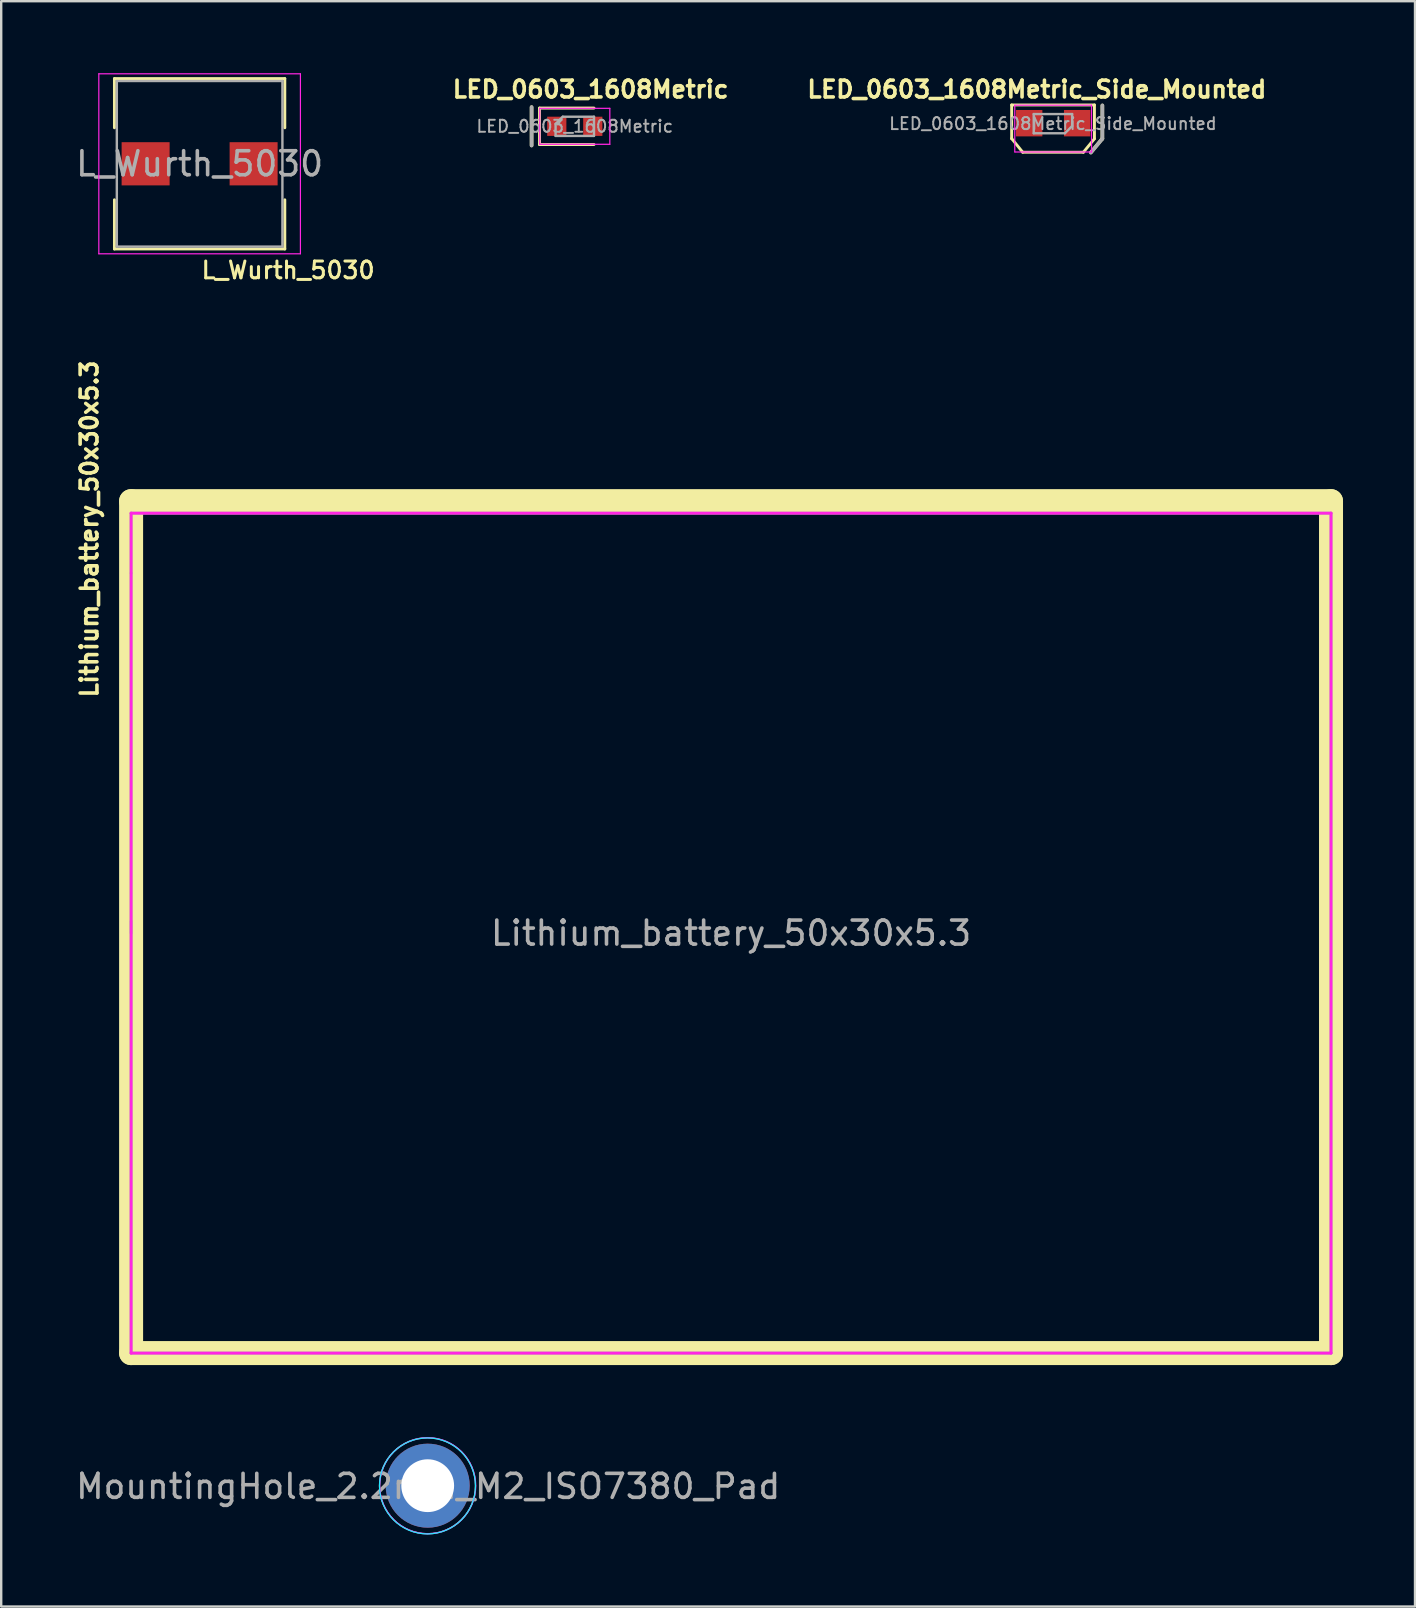
<source format=kicad_pcb>
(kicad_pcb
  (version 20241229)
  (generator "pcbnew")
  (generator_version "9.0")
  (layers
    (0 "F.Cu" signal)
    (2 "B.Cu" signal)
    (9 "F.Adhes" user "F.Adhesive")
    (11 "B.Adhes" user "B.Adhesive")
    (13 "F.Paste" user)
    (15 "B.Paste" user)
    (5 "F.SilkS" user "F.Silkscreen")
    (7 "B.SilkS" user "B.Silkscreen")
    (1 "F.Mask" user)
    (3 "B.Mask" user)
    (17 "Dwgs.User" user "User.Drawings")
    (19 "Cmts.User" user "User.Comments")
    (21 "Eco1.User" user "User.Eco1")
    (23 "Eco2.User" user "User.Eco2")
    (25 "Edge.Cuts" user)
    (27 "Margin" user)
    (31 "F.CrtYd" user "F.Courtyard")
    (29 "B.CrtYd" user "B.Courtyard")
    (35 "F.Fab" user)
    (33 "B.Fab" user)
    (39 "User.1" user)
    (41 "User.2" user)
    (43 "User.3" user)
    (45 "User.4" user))
  (footprint "Lithium_battery_50x30x5.3"
    (layer "F.Cu")
    (at 27.413 35.833)
    (property "Reference" "Lithium_battery_50x30x5.3" (at -26.74 -16.84 90) (layer "F.SilkS") (effects (font (size 0.7 0.7) (thickness 0.15))))
    (attr smd)
    (fp_line (start -25 -18) (end 25 -18) (stroke (width 1) (type solid)) (layer "F.SilkS"))
    (fp_line (start -25 17.5) (end -25 -18) (stroke (width 1) (type solid)) (layer "F.SilkS"))
    (fp_line (start -25 17.5) (end 25 17.5) (stroke (width 1) (type solid)) (layer "F.SilkS"))
    (fp_line (start 25 17.5) (end 25 -18) (stroke (width 1) (type solid)) (layer "F.SilkS"))
    (fp_line (start -25 -17.5) (end -25 17.5) (stroke (width 0.12) (type solid)) (layer "F.CrtYd"))
    (fp_line (start -25 -17.5) (end 25 -17.5) (stroke (width 0.12) (type solid)) (layer "F.CrtYd"))
    (fp_line (start 25 -17.5) (end 25 17.5) (stroke (width 0.12) (type solid)) (layer "F.CrtYd"))
    (fp_line (start 25 17.5) (end -25 17.5) (stroke (width 0.12) (type solid)) (layer "F.CrtYd"))
    (fp_line (start -25 -17.5) (end 25 -17.5) (stroke (width 0.12) (type solid)) (layer "F.Fab"))
    (fp_line (start -25 -15) (end -25 -17.5) (stroke (width 0.12) (type solid)) (layer "F.Fab"))
    (fp_line (start -25 0) (end -25 -15) (stroke (width 0.12) (type solid)) (layer "F.Fab"))
    (fp_line (start -25 17.5) (end -25 -0.5) (stroke (width 0.12) (type solid)) (layer "F.Fab"))
    (fp_line (start 25 -17.5) (end 25 17.5) (stroke (width 0.12) (type solid)) (layer "F.Fab"))
    (fp_line (start 25 17.5) (end -25 17.5) (stroke (width 0.12) (type solid)) (layer "F.Fab"))
    (fp_text user "${REFERENCE}" (at 0 0 0) (layer "F.Fab") (effects (font (size 1 1) (thickness 0.15)))))
  (footprint "LED_0603_1608Metric"
    (layer "F.Cu")
    (at 20.901 2.213)
    (property "Reference" "LED_0603_1608Metric" (at 0.66 -1.54 180) (layer "F.SilkS") (effects (font (size 0.7 0.7) (thickness 0.15))))
    (attr smd)
    (fp_line (start -1.8 -0.8) (end -1.8 0.8) (stroke (width 0.15) (type solid)) (layer "F.SilkS"))
    (fp_line (start -1.47 -0.76) (end -1.47 0.76) (stroke (width 0.12) (type solid)) (layer "F.SilkS"))
    (fp_line (start -1.47 0.76) (end 0.8 0.76) (stroke (width 0.12) (type solid)) (layer "F.SilkS"))
    (fp_line (start 0.8 -0.76) (end -1.47 -0.76) (stroke (width 0.12) (type solid)) (layer "F.SilkS"))
    (fp_line (start -1.46 -0.75) (end 1.46 -0.75) (stroke (width 0.05) (type solid)) (layer "F.CrtYd"))
    (fp_line (start -1.46 0.75) (end -1.46 -0.75) (stroke (width 0.05) (type solid)) (layer "F.CrtYd"))
    (fp_line (start 1.46 -0.75) (end 1.46 0.75) (stroke (width 0.05) (type solid)) (layer "F.CrtYd"))
    (fp_line (start 1.46 0.75) (end -1.46 0.75) (stroke (width 0.05) (type solid)) (layer "F.CrtYd"))
    (fp_line (start -1.8 -0.8) (end -1.8 0.8) (stroke (width 0.15) (type solid)) (layer "F.Fab"))
    (fp_line (start -0.8 -0.1) (end -0.8 0.4) (stroke (width 0.1) (type solid)) (layer "F.Fab"))
    (fp_line (start -0.8 0.4) (end 0.8 0.4) (stroke (width 0.1) (type solid)) (layer "F.Fab"))
    (fp_line (start -0.5 -0.4) (end -0.8 -0.1) (stroke (width 0.1) (type solid)) (layer "F.Fab"))
    (fp_line (start 0.8 -0.4) (end -0.5 -0.4) (stroke (width 0.1) (type solid)) (layer "F.Fab"))
    (fp_line (start 0.8 0.4) (end 0.8 -0.4) (stroke (width 0.1) (type solid)) (layer "F.Fab"))
    (fp_text user "${REFERENCE}" (at 0 0 180) (layer "F.Fab") (effects (font (size 0.5 0.5) (thickness 0.08))))
    (pad "1" smd rect (at -0.75 0) (size 0.8 0.8) (layers "F.Cu" "F.Mask" "F.Paste"))
    (pad "2" smd rect (at 0.75 0) (size 0.8 0.8) (layers "F.Cu" "F.Mask" "F.Paste")))
  (footprint "MountingHole_2.2mm_M2_ISO7380_Pad"
    (layer "F.Cu")
    (at 14.772 58.858)
    (property "Reference" "MountingHole_2.2mm_M2_ISO7380_Pad" (at 0.02 0.03 0) (layer "F.Fab") (effects (font (size 1 1) (thickness 0.15))))
    (attr exclude_from_pos_files exclude_from_bom)
    (fp_circle (center -0.01 0.01) (end 1.99 0.01) (stroke (width 0.05) (type solid)) (fill no) (layer "B.CrtYd"))
    (fp_circle (center 0 0) (end 2 0) (stroke (width 0.05) (type solid)) (fill no) (layer "F.CrtYd"))
    (fp_circle (center 0 0.01) (end 2 0.01) (stroke (width 0.05) (type solid)) (fill no) (layer "B.Fab"))
    (fp_circle (center -0.01 0) (end 1.99 0) (stroke (width 0.05) (type solid)) (fill no) (layer "F.Fab"))
    (pad "1" thru_hole circle (at 0 0) (size 3.5 3.5) (drill 2.2) (layers "*.Cu" "*.Mask")))
  (footprint "LED_0603_1608Metric_Side_Mounted"
    (layer "F.Cu")
    (at 40.835 2.083)
    (property "Reference" "LED_0603_1608Metric_Side_Mounted" (at -0.68 -1.41 180) (layer "F.SilkS") (effects (font (size 0.7 0.7) (thickness 0.15))))
    (attr smd)
    (fp_line (start -1.73 -0.76) (end -1.73 0.65) (stroke (width 0.12) (type solid)) (layer "F.SilkS"))
    (fp_line (start -1.73 0.64) (end -1.27 1.21) (stroke (width 0.12) (type solid)) (layer "F.SilkS"))
    (fp_line (start 1.26 1.21) (end -1.27 1.21) (stroke (width 0.12) (type solid)) (layer "F.SilkS"))
    (fp_line (start 1.72 -0.76) (end -1.73 -0.76) (stroke (width 0.12) (type solid)) (layer "F.SilkS"))
    (fp_line (start 1.72 -0.76) (end 1.72 0.65) (stroke (width 0.12) (type solid)) (layer "F.SilkS"))
    (fp_line (start 1.72 0.65) (end 1.26 1.21) (stroke (width 0.12) (type solid)) (layer "F.SilkS"))
    (fp_line (start 2.05 -0.74) (end 2.05 0.65) (stroke (width 0.15) (type solid)) (layer "F.SilkS"))
    (fp_line (start 2.05 0.64) (end 1.57 1.22) (stroke (width 0.15) (type solid)) (layer "F.SilkS"))
    (fp_line (start -1.6 -0.75) (end 1.6 -0.75) (stroke (width 0.05) (type solid)) (layer "F.CrtYd"))
    (fp_line (start -1.6 1.2) (end -1.6 -0.75) (stroke (width 0.05) (type solid)) (layer "F.CrtYd"))
    (fp_line (start 1.6 -0.75) (end 1.6 1.2) (stroke (width 0.05) (type solid)) (layer "F.CrtYd"))
    (fp_line (start 1.6 1.2) (end -1.59 1.2) (stroke (width 0.05) (type solid)) (layer "F.CrtYd"))
    (fp_line (start -0.81 -0.38) (end -0.81 0.42) (stroke (width 0.1) (type solid)) (layer "F.Fab"))
    (fp_line (start -0.81 0.42) (end 0.49 0.42) (stroke (width 0.1) (type solid)) (layer "F.Fab"))
    (fp_line (start 0.49 0.42) (end 0.79 0.12) (stroke (width 0.1) (type solid)) (layer "F.Fab"))
    (fp_line (start 0.79 -0.38) (end -0.81 -0.38) (stroke (width 0.1) (type solid)) (layer "F.Fab"))
    (fp_line (start 0.79 0.12) (end 0.79 -0.38) (stroke (width 0.1) (type solid)) (layer "F.Fab"))
    (fp_line (start 2.05 -0.74) (end 2.05 0.65) (stroke (width 0.15) (type solid)) (layer "F.Fab"))
    (fp_line (start 2.05 0.65) (end 1.57 1.23) (stroke (width 0.15) (type solid)) (layer "F.Fab"))
    (fp_text user "${REFERENCE}" (at -0.01 0.02 0) (layer "F.Fab") (effects (font (size 0.5 0.5) (thickness 0.08))))
    (pad "1" smd rect (at -1 0) (size 1.1 1.1) (layers "F.Cu" "F.Mask" "F.Paste"))
    (pad "2" smd rect (at 1 0) (size 1.1 1.1) (layers "F.Cu" "F.Mask" "F.Paste")))
  (footprint "L_Wurth_5030"
    (layer "F.Cu")
    (at 5.268 3.775)
    (property "Reference" "L_Wurth_5030" (at 3.688 4.434 0) (layer "F.SilkS") (effects (font (size 0.7 0.7) (thickness 0.125))))
    (attr smd)
    (fp_line (start -3.55 -3.55) (end 3.55 -3.55) (stroke (width 0.12) (type solid)) (layer "F.SilkS"))
    (fp_line (start -3.55 -1.5) (end -3.55 -3.55) (stroke (width 0.12) (type solid)) (layer "F.SilkS"))
    (fp_line (start -3.55 1.5) (end -3.55 3.55) (stroke (width 0.12) (type solid)) (layer "F.SilkS"))
    (fp_line (start -3.55 3.55) (end 3.55 3.55) (stroke (width 0.12) (type solid)) (layer "F.SilkS"))
    (fp_line (start 3.55 -3.55) (end 3.55 -1.5) (stroke (width 0.12) (type solid)) (layer "F.SilkS"))
    (fp_line (start 3.55 3.55) (end 3.55 1.5) (stroke (width 0.12) (type solid)) (layer "F.SilkS"))
    (fp_line (start -4.2 -3.75) (end -4.2 3.75) (stroke (width 0.05) (type solid)) (layer "F.CrtYd"))
    (fp_line (start -4.2 3.75) (end 4.2 3.75) (stroke (width 0.05) (type solid)) (layer "F.CrtYd"))
    (fp_line (start 4.2 -3.75) (end -4.2 -3.75) (stroke (width 0.05) (type solid)) (layer "F.CrtYd"))
    (fp_line (start 4.2 3.75) (end 4.2 -3.75) (stroke (width 0.05) (type solid)) (layer "F.CrtYd"))
    (fp_line (start -3.45 -3.45) (end -3.45 3.45) (stroke (width 0.1) (type solid)) (layer "F.Fab"))
    (fp_line (start -3.45 3.45) (end 3.45 3.45) (stroke (width 0.1) (type solid)) (layer "F.Fab"))
    (fp_line (start 3.45 -3.45) (end -3.45 -3.45) (stroke (width 0.1) (type solid)) (layer "F.Fab"))
    (fp_line (start 3.45 3.45) (end 3.45 -3.45) (stroke (width 0.1) (type solid)) (layer "F.Fab"))
    (fp_text user "${REFERENCE}" (at 0 0 0) (layer "F.Fab") (effects (font (size 1 1) (thickness 0.15))))
    (pad "1" smd rect (at -2.25 0) (size 2 1.8) (layers "F.Cu" "F.Mask" "F.Paste"))
    (pad "2" smd rect (at 2.25 0) (size 2 1.8) (layers "F.Cu" "F.Mask" "F.Paste")))
  (gr_rect
    (start -3 -3)
    (end 55.913 63.893)
    (stroke (width 0.1) (type default))
    (fill no)
    (layer "Edge.Cuts")))
</source>
